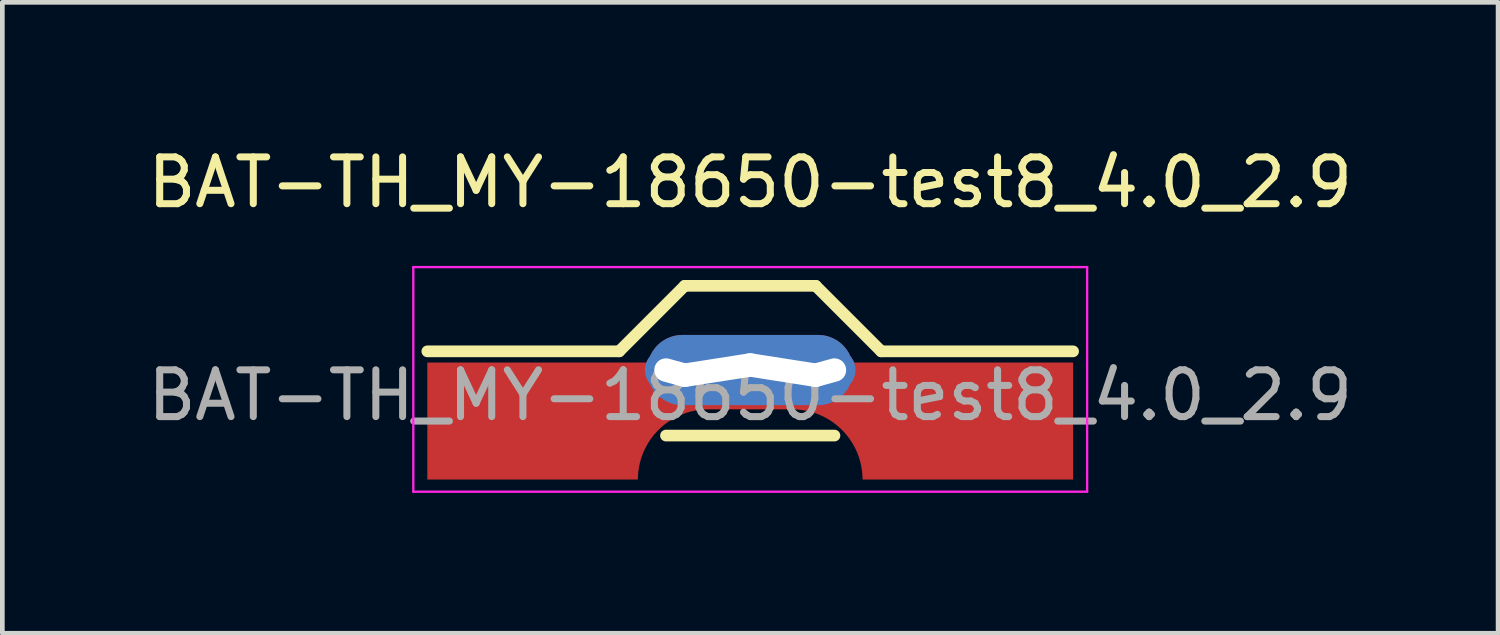
<source format=kicad_pcb>
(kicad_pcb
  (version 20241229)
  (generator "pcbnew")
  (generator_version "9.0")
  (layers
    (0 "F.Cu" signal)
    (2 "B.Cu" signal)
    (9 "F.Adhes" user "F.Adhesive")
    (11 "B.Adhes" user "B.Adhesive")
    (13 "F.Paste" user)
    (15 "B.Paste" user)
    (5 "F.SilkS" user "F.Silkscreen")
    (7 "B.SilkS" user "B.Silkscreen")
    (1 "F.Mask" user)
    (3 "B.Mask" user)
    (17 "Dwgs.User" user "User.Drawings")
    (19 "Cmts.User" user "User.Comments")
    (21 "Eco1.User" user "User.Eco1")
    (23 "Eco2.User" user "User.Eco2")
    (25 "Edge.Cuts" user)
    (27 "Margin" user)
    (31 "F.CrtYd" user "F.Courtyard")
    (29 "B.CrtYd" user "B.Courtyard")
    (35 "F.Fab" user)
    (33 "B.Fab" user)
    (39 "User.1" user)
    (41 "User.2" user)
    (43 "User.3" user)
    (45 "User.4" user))
  (footprint "BAT-TH_MY-18650-test8_4.0_2.9"
    (layer "F.Cu")
    (at 12.982 4.858)
    (property "Reference" "BAT-TH_MY-18650-test8_4.0_2.9" (at 0 -4.01 0) (layer "F.SilkS") (effects (font (size 1 1) (thickness 0.15))))
    (attr through_hole)
    (fp_line (start -6.9 -0.4) (end -2.8 -0.4) (stroke (width 0.25) (type solid)) (layer "F.SilkS"))
    (fp_line (start -2.8 -0.4) (end -1.4 -1.8) (stroke (width 0.25) (type solid)) (layer "F.SilkS"))
    (fp_line (start 1.4 -1.8) (end -1.4 -1.8) (stroke (width 0.25) (type solid)) (layer "F.SilkS"))
    (fp_line (start 1.8 1.4) (end -1.8 1.4) (stroke (width 0.25) (type solid)) (layer "F.SilkS"))
    (fp_line (start 2.8 -0.4) (end 1.4 -1.8) (stroke (width 0.25) (type solid)) (layer "F.SilkS"))
    (fp_line (start 2.8 -0.4) (end 6.9 -0.4) (stroke (width 0.25) (type solid)) (layer "F.SilkS"))
    (fp_line (start -7.2 -2.2) (end 7.2 -2.2) (stroke (width 0.05) (type default)) (layer "F.CrtYd"))
    (fp_line (start -7.2 2.6) (end -7.2 -2.2) (stroke (width 0.05) (type default)) (layer "F.CrtYd"))
    (fp_line (start 7.2 -2.2) (end 7.2 2.6) (stroke (width 0.05) (type default)) (layer "F.CrtYd"))
    (fp_line (start 7.2 2.6) (end -7.2 2.6) (stroke (width 0.05) (type default)) (layer "F.CrtYd"))
    (fp_rect (start -2 -0.15) (end 2 0.15) (stroke (width 0.001) (type solid)) (fill no) (layer "User.2"))
    (fp_text user "${REFERENCE}" (at 0 0.54 0) (layer "F.Fab") (effects (font (size 1 1) (thickness 0.15))))
    (pad "1" thru_hole oval (at -1.6 0.055 74.58) (size 0.9 1.313) (drill oval 0.5 0.915) (layers "*.Cu" "*.Paste" "*.Mask"))
    (pad "1" thru_hole oval (at -0.7 0.001 98.89) (size 0.9 2.315) (drill oval 0.5 1.913) (layers "*.Cu" "*.Paste" "*.Mask"))
    (pad "1" smd custom (at 0 0) (size 1 1) (layers "F.Cu" "F.Mask" "F.Paste") (options (anchor circle)) (primitives (gr_poly (pts (xy 6.9 -0.16) (xy -6.9 -0.16) (xy -6.9 2.34) (arc (start -2.399998 2.34) (mid -1.96066 1.27934) (end -0.899999 0.84)) (arc (start 0.9 0.84) (mid 1.96066 1.27934) (end 2.4 2.34)) (xy 6.9 2.34)) (width 0) (fill yes))))
    (pad "1" thru_hole oval (at 0 0) (size 4.4 1.5) (drill 0.1) (layers "*.Cu" "*.Mask"))
    (pad "1" thru_hole oval (at 0.7 0.001 261.11) (size 0.9 2.115) (drill oval 0.5 1.913) (layers "*.Cu" "*.Paste" "*.Mask"))
    (pad "1" thru_hole oval (at 1.6 0.055 285.42) (size 0.9 1.313) (drill oval 0.5 0.915) (layers "*.Cu" "*.Paste" "*.Mask")))
  (gr_rect
    (start -3 -3)
    (end 28.964 10.483)
    (stroke (width 0.1) (type default))
    (fill no)
    (layer "Edge.Cuts")))
</source>
